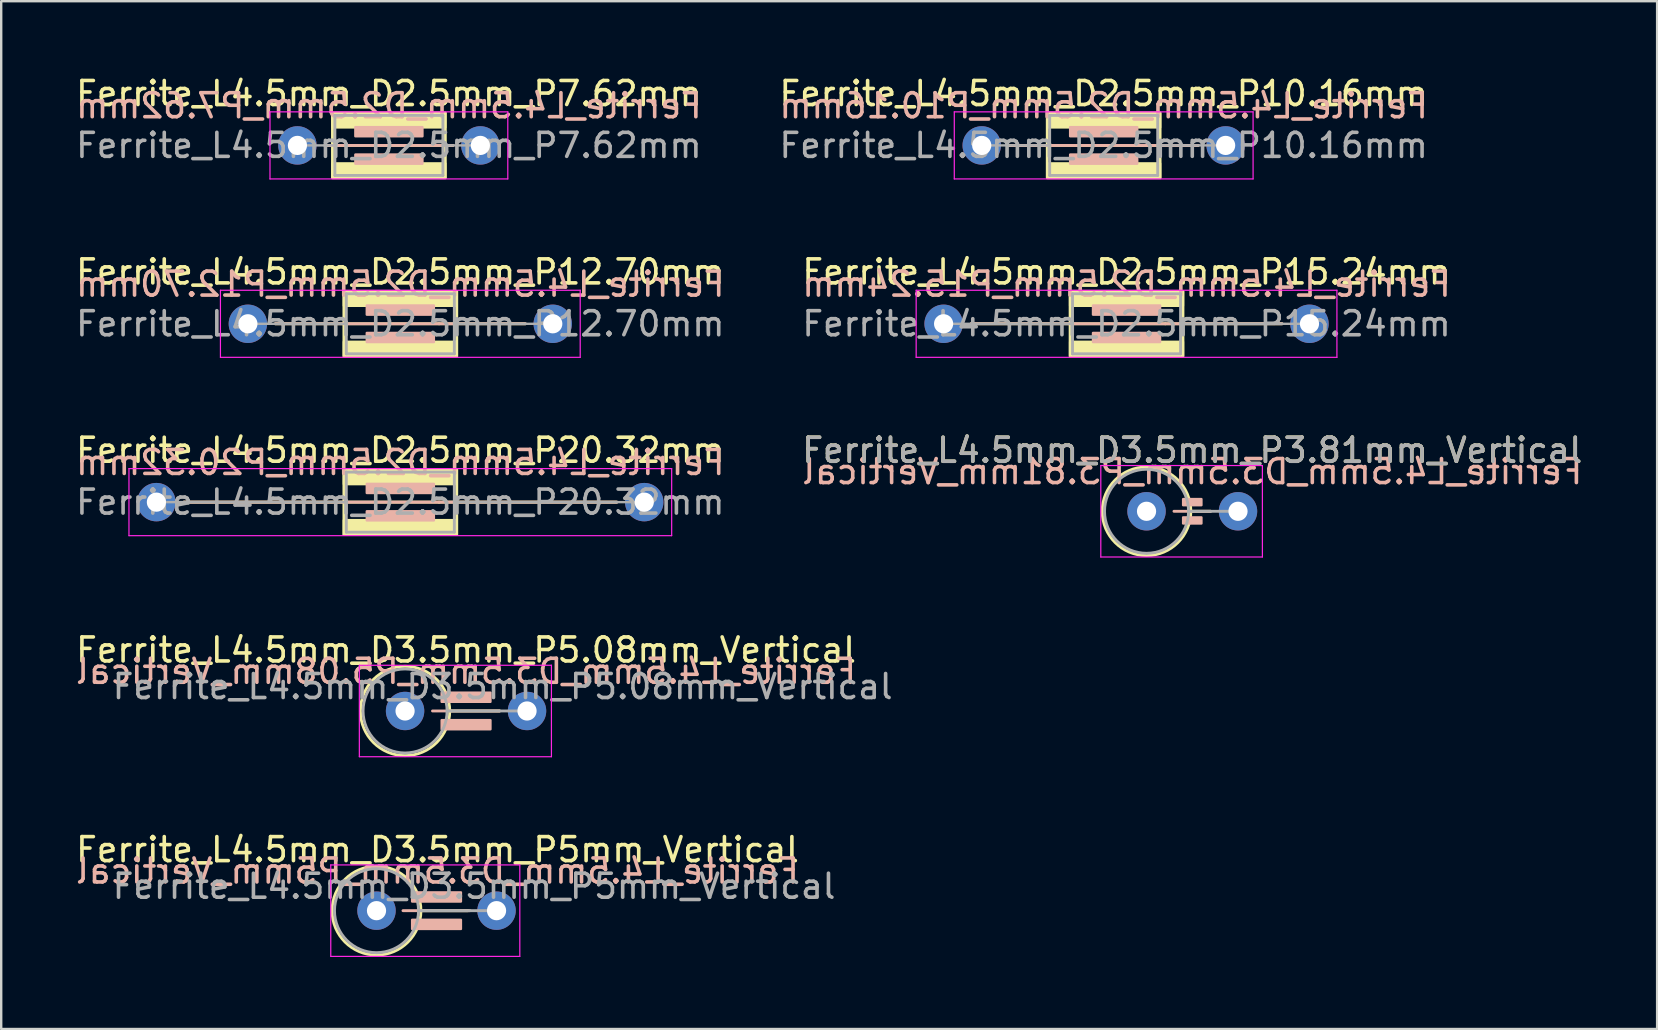
<source format=kicad_pcb>
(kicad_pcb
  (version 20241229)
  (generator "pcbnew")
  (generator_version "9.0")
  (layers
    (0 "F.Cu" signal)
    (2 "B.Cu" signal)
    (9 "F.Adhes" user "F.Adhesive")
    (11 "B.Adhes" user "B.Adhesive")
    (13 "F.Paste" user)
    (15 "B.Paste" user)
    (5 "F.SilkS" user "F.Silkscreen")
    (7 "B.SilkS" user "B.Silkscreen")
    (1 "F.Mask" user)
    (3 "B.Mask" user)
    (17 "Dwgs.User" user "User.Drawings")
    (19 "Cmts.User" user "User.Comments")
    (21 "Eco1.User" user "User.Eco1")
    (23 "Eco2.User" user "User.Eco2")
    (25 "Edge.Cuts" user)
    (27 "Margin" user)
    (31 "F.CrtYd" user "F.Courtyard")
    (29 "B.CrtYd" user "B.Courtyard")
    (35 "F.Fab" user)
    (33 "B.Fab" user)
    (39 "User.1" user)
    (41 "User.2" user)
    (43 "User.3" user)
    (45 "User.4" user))
  (footprint "Ferrite_L4.5mm_D2.5mm_P7.62mm"
    (layer "F.Cu")
    (at 9.339 3.007)
    (property "Reference" "Ferrite_L4.5mm_D2.5mm_P7.62mm" (at 3.81 -2.159 0) (layer "F.SilkS") (effects (font (size 1 1) (thickness 0.15))))
    (fp_line (start 5.424 0.000002) (end 1.143 0) (stroke (width 0.12) (type solid)) (layer "F.SilkS"))
    (fp_line (start 5.424 0.000002) (end 6.477 0) (stroke (width 0.12) (type solid)) (layer "F.SilkS"))
    (fp_rect (start 1.46 -1.35) (end 6.16 1.35) (stroke (width 0.12) (type solid)) (fill no) (layer "F.SilkS"))
    (fp_poly (pts (xy 6.16 -0.75) (xy 1.46 -0.75) (xy 1.46 -1.35) (xy 6.16 -1.35)) (stroke (width 0.1) (type solid)) (fill yes) (layer "F.SilkS"))
    (fp_poly (pts (xy 6.16 1.35) (xy 1.46 1.35) (xy 1.46 0.75) (xy 6.16 0.75)) (stroke (width 0.1) (type solid)) (fill yes) (layer "F.SilkS"))
    (fp_line (start 1.143 0) (end 6.477 0) (stroke (width 0.12) (type solid)) (layer "B.SilkS"))
    (fp_rect (start 2.413 -0.762) (end 5.207 -0.381) (stroke (width 0.1) (type solid)) (fill yes) (layer "B.SilkS"))
    (fp_rect (start 2.413 0.381) (end 5.207 0.762) (stroke (width 0.1) (type solid)) (fill yes) (layer "B.SilkS"))
    (fp_line (start -1.143 -1.397) (end 8.763 -1.397) (stroke (width 0.05) (type solid)) (layer "F.CrtYd"))
    (fp_line (start -1.143 1.397) (end -1.143 -1.397) (stroke (width 0.05) (type solid)) (layer "F.CrtYd"))
    (fp_line (start 8.763 -1.397) (end 8.763 1.397) (stroke (width 0.05) (type solid)) (layer "F.CrtYd"))
    (fp_line (start 8.763 1.397) (end -1.143 1.397) (stroke (width 0.05) (type solid)) (layer "F.CrtYd"))
    (fp_line (start 0 0) (end 1.56 0) (stroke (width 0.1) (type solid)) (layer "F.Fab"))
    (fp_line (start 1.56 -1.25) (end 1.56 0) (stroke (width 0.12) (type solid)) (layer "F.Fab"))
    (fp_line (start 1.56 0) (end 1.56 1.25) (stroke (width 0.12) (type solid)) (layer "F.Fab"))
    (fp_line (start 1.56 1.25) (end 6.06 1.25) (stroke (width 0.12) (type solid)) (layer "F.Fab"))
    (fp_line (start 6.06 -1.25) (end 1.56 -1.25) (stroke (width 0.12) (type solid)) (layer "F.Fab"))
    (fp_line (start 6.06 1.25) (end 6.06 -1.25) (stroke (width 0.12) (type solid)) (layer "F.Fab"))
    (fp_line (start 7.62 0) (end 6.06 0) (stroke (width 0.1) (type solid)) (layer "F.Fab"))
    (fp_text user "${REFERENCE}" (at 3.81 -1.651 0) (layer "B.SilkS") (effects (font (size 1 1) (thickness 0.15)) (justify mirror)))
    (fp_text user "${REFERENCE}" (at 3.81 0 0) (layer "F.Fab") (effects (font (size 1 1) (thickness 0.15))))
    (pad "1" thru_hole circle (at 0 0) (size 1.6 1.6) (drill 0.8) (layers "*.Cu" "*.Mask"))
    (pad "2" thru_hole circle (at 7.62 0) (size 1.6 1.6) (drill 0.8) (layers "*.Cu" "*.Mask")))
  (footprint "Ferrite_L4.5mm_D3.5mm_P5.08mm_Vertical"
    (layer "F.Cu")
    (at 13.823 26.565)
    (property "Reference" "Ferrite_L4.5mm_D3.5mm_P5.08mm_Vertical" (at 2.54 -2.54 0) (layer "F.SilkS") (effects (font (size 1 1) (thickness 0.15))))
    (fp_line (start 1.86 0) (end 3.937 0) (stroke (width 0.12) (type solid)) (layer "F.SilkS"))
    (fp_circle (center 0 0) (end -1.86 0) (stroke (width 0.12) (type solid)) (fill no) (layer "F.SilkS"))
    (fp_line (start 3.937 0) (end 1.143 0) (stroke (width 0.12) (type solid)) (layer "B.SilkS"))
    (fp_rect (start 1.524 -0.762) (end 3.556 -0.381) (stroke (width 0.1) (type solid)) (fill yes) (layer "B.SilkS"))
    (fp_rect (start 1.524 0.381) (end 3.556 0.762) (stroke (width 0.1) (type solid)) (fill yes) (layer "B.SilkS"))
    (fp_line (start -1.905 -1.905) (end 6.096 -1.905) (stroke (width 0.05) (type solid)) (layer "F.CrtYd"))
    (fp_line (start -1.905 1.905) (end -1.905 -1.905) (stroke (width 0.05) (type solid)) (layer "F.CrtYd"))
    (fp_line (start 6.096 -1.905) (end 6.096 1.905) (stroke (width 0.05) (type solid)) (layer "F.CrtYd"))
    (fp_line (start 6.096 1.905) (end -1.905 1.905) (stroke (width 0.05) (type solid)) (layer "F.CrtYd"))
    (fp_line (start 1.75 0) (end 5.08 0) (stroke (width 0.12) (type solid)) (layer "F.Fab"))
    (fp_circle (center 0 0) (end -1.75 0) (stroke (width 0.12) (type solid)) (fill no) (layer "F.Fab"))
    (fp_text user "${REFERENCE}" (at 2.54 -1.651 0) (layer "B.SilkS") (effects (font (size 1 1) (thickness 0.15)) (justify mirror)))
    (fp_text user "${REFERENCE}" (at 4.064 -1.016 0) (layer "F.Fab") (effects (font (size 1 1) (thickness 0.15))))
    (pad "1" thru_hole circle (at 0 0) (size 1.6 1.6) (drill 0.8) (layers "*.Cu" "*.Mask"))
    (pad "2" thru_hole circle (at 5.08 0) (size 1.6 1.6) (drill 0.8) (layers "*.Cu" "*.Mask")))
  (footprint "Ferrite_L4.5mm_D2.5mm_P12.70mm"
    (layer "F.Cu")
    (at 7.275 10.437)
    (property "Reference" "Ferrite_L4.5mm_D2.5mm_P12.70mm" (at 6.35 -2.159 0) (layer "F.SilkS") (effects (font (size 1 1) (thickness 0.15))))
    (fp_line (start 7.964 0.000002) (end 1.143 0) (stroke (width 0.12) (type solid)) (layer "F.SilkS"))
    (fp_line (start 7.964 0.000002) (end 11.557 0) (stroke (width 0.12) (type solid)) (layer "F.SilkS"))
    (fp_rect (start 4 -1.35) (end 8.7 1.35) (stroke (width 0.12) (type solid)) (fill no) (layer "F.SilkS"))
    (fp_poly (pts (xy 8.7 -0.75) (xy 4 -0.75) (xy 4 -1.35) (xy 8.7 -1.35)) (stroke (width 0.1) (type solid)) (fill yes) (layer "F.SilkS"))
    (fp_poly (pts (xy 8.7 1.35) (xy 4 1.35) (xy 4 0.75) (xy 8.7 0.75)) (stroke (width 0.1) (type solid)) (fill yes) (layer "F.SilkS"))
    (fp_line (start 1.143 0) (end 11.557 0) (stroke (width 0.12) (type solid)) (layer "B.SilkS"))
    (fp_rect (start 4.953 -0.762) (end 7.747 -0.381) (stroke (width 0.1) (type solid)) (fill yes) (layer "B.SilkS"))
    (fp_rect (start 4.953 0.381) (end 7.747 0.762) (stroke (width 0.1) (type solid)) (fill yes) (layer "B.SilkS"))
    (fp_line (start -1.143 -1.397) (end 13.843 -1.397) (stroke (width 0.05) (type solid)) (layer "F.CrtYd"))
    (fp_line (start -1.143 1.397) (end -1.143 -1.397) (stroke (width 0.05) (type solid)) (layer "F.CrtYd"))
    (fp_line (start 13.843 -1.397) (end 13.843 1.397) (stroke (width 0.05) (type solid)) (layer "F.CrtYd"))
    (fp_line (start 13.843 1.397) (end -1.143 1.397) (stroke (width 0.05) (type solid)) (layer "F.CrtYd"))
    (fp_line (start 4.1 -1.25) (end 4.1 0) (stroke (width 0.12) (type solid)) (layer "F.Fab"))
    (fp_line (start 4.1 0) (end 0 0) (stroke (width 0.1) (type solid)) (layer "F.Fab"))
    (fp_line (start 4.1 0) (end 4.1 1.25) (stroke (width 0.12) (type solid)) (layer "F.Fab"))
    (fp_line (start 4.1 1.25) (end 8.6 1.25) (stroke (width 0.12) (type solid)) (layer "F.Fab"))
    (fp_line (start 8.6 -1.25) (end 4.1 -1.25) (stroke (width 0.12) (type solid)) (layer "F.Fab"))
    (fp_line (start 8.6 1.25) (end 8.6 -1.25) (stroke (width 0.12) (type solid)) (layer "F.Fab"))
    (fp_line (start 12.7 0) (end 8.6 0) (stroke (width 0.1) (type solid)) (layer "F.Fab"))
    (fp_text user "${REFERENCE}" (at 6.35 -1.651 0) (layer "B.SilkS") (effects (font (size 1 1) (thickness 0.15)) (justify mirror)))
    (fp_text user "${REFERENCE}" (at 6.35 0 0) (layer "F.Fab") (effects (font (size 1 1) (thickness 0.15))))
    (pad "1" thru_hole circle (at 0 0) (size 1.6 1.6) (drill 0.8) (layers "*.Cu" "*.Mask"))
    (pad "2" thru_hole circle (at 12.7 0) (size 1.6 1.6) (drill 0.8) (layers "*.Cu" "*.Mask")))
  (footprint "Ferrite_L4.5mm_D2.5mm_P10.16mm"
    (layer "F.Cu")
    (at 37.843 3.007)
    (property "Reference" "Ferrite_L4.5mm_D2.5mm_P10.16mm" (at 5.08 -2.159 0) (layer "F.SilkS") (effects (font (size 1 1) (thickness 0.15))))
    (fp_line (start 6.694 0.000002) (end 1.143 0) (stroke (width 0.12) (type solid)) (layer "F.SilkS"))
    (fp_line (start 6.694 0.000002) (end 9.017 0) (stroke (width 0.12) (type solid)) (layer "F.SilkS"))
    (fp_rect (start 2.73 -1.35) (end 7.43 1.35) (stroke (width 0.12) (type solid)) (fill no) (layer "F.SilkS"))
    (fp_poly (pts (xy 7.43 -0.75) (xy 2.73 -0.75) (xy 2.73 -1.35) (xy 7.43 -1.35)) (stroke (width 0.1) (type solid)) (fill yes) (layer "F.SilkS"))
    (fp_poly (pts (xy 7.43 1.35) (xy 2.73 1.35) (xy 2.73 0.75) (xy 7.43 0.75)) (stroke (width 0.1) (type solid)) (fill yes) (layer "F.SilkS"))
    (fp_line (start 1.143 0) (end 9.017 0) (stroke (width 0.12) (type solid)) (layer "B.SilkS"))
    (fp_rect (start 3.683 -0.762) (end 6.477 -0.381) (stroke (width 0.1) (type solid)) (fill yes) (layer "B.SilkS"))
    (fp_rect (start 3.683 0.381) (end 6.477 0.762) (stroke (width 0.1) (type solid)) (fill yes) (layer "B.SilkS"))
    (fp_line (start -1.143 -1.397) (end 11.303 -1.397) (stroke (width 0.05) (type solid)) (layer "F.CrtYd"))
    (fp_line (start -1.143 1.397) (end -1.143 -1.397) (stroke (width 0.05) (type solid)) (layer "F.CrtYd"))
    (fp_line (start 11.303 -1.397) (end 11.303 1.397) (stroke (width 0.05) (type solid)) (layer "F.CrtYd"))
    (fp_line (start 11.303 1.397) (end -1.143 1.397) (stroke (width 0.05) (type solid)) (layer "F.CrtYd"))
    (fp_line (start 2.83 -1.25) (end 2.83 0) (stroke (width 0.12) (type solid)) (layer "F.Fab"))
    (fp_line (start 2.83 0) (end 0 0) (stroke (width 0.1) (type solid)) (layer "F.Fab"))
    (fp_line (start 2.83 0) (end 2.83 1.25) (stroke (width 0.12) (type solid)) (layer "F.Fab"))
    (fp_line (start 2.83 1.25) (end 7.33 1.25) (stroke (width 0.12) (type solid)) (layer "F.Fab"))
    (fp_line (start 7.33 -1.25) (end 2.83 -1.25) (stroke (width 0.12) (type solid)) (layer "F.Fab"))
    (fp_line (start 7.33 1.25) (end 7.33 -1.25) (stroke (width 0.12) (type solid)) (layer "F.Fab"))
    (fp_line (start 10.16 0) (end 7.33 0) (stroke (width 0.1) (type solid)) (layer "F.Fab"))
    (fp_text user "${REFERENCE}" (at 5.08 -1.651 0) (layer "B.SilkS") (effects (font (size 1 1) (thickness 0.15)) (justify mirror)))
    (fp_text user "${REFERENCE}" (at 5.08 0 0) (layer "F.Fab") (effects (font (size 1 1) (thickness 0.15))))
    (pad "1" thru_hole circle (at 0 0) (size 1.6 1.6) (drill 0.8) (layers "*.Cu" "*.Mask"))
    (pad "2" thru_hole circle (at 10.16 0) (size 1.6 1.6) (drill 0.8) (layers "*.Cu" "*.Mask")))
  (footprint "Ferrite_L4.5mm_D2.5mm_P20.32mm"
    (layer "F.Cu")
    (at 3.465 17.866)
    (property "Reference" "Ferrite_L4.5mm_D2.5mm_P20.32mm" (at 10.16 -2.159 0) (layer "F.SilkS") (effects (font (size 1 1) (thickness 0.15))))
    (fp_line (start 11.774 0.000002) (end 1.143 0) (stroke (width 0.12) (type solid)) (layer "F.SilkS"))
    (fp_line (start 11.774 0.000002) (end 19.177 0) (stroke (width 0.12) (type solid)) (layer "F.SilkS"))
    (fp_rect (start 7.81 -1.35) (end 12.51 1.35) (stroke (width 0.12) (type solid)) (fill no) (layer "F.SilkS"))
    (fp_poly (pts (xy 12.51 -0.75) (xy 7.81 -0.75) (xy 7.81 -1.35) (xy 12.51 -1.35)) (stroke (width 0.1) (type solid)) (fill yes) (layer "F.SilkS"))
    (fp_poly (pts (xy 12.51 1.35) (xy 7.81 1.35) (xy 7.81 0.75) (xy 12.51 0.75)) (stroke (width 0.1) (type solid)) (fill yes) (layer "F.SilkS"))
    (fp_line (start 1.143 0) (end 19.177 0) (stroke (width 0.12) (type solid)) (layer "B.SilkS"))
    (fp_rect (start 8.763 -0.762) (end 11.557 -0.381) (stroke (width 0.1) (type solid)) (fill yes) (layer "B.SilkS"))
    (fp_rect (start 8.763 0.381) (end 11.557 0.762) (stroke (width 0.1) (type solid)) (fill yes) (layer "B.SilkS"))
    (fp_line (start -1.143 -1.397) (end 21.463 -1.397) (stroke (width 0.05) (type solid)) (layer "F.CrtYd"))
    (fp_line (start -1.143 1.397) (end -1.143 -1.397) (stroke (width 0.05) (type solid)) (layer "F.CrtYd"))
    (fp_line (start 21.463 -1.397) (end 21.463 1.397) (stroke (width 0.05) (type solid)) (layer "F.CrtYd"))
    (fp_line (start 21.463 1.397) (end -1.143 1.397) (stroke (width 0.05) (type solid)) (layer "F.CrtYd"))
    (fp_line (start 0 0) (end 7.91 0) (stroke (width 0.1) (type solid)) (layer "F.Fab"))
    (fp_line (start 7.91 -1.25) (end 7.91 0) (stroke (width 0.12) (type solid)) (layer "F.Fab"))
    (fp_line (start 7.91 0) (end 7.91 1.25) (stroke (width 0.12) (type solid)) (layer "F.Fab"))
    (fp_line (start 7.91 1.25) (end 12.41 1.25) (stroke (width 0.12) (type solid)) (layer "F.Fab"))
    (fp_line (start 12.41 -1.25) (end 7.91 -1.25) (stroke (width 0.12) (type solid)) (layer "F.Fab"))
    (fp_line (start 12.41 1.25) (end 12.41 -1.25) (stroke (width 0.12) (type solid)) (layer "F.Fab"))
    (fp_line (start 20.32 0) (end 12.41 0) (stroke (width 0.1) (type solid)) (layer "F.Fab"))
    (fp_text user "${REFERENCE}" (at 10.16 -1.651 0) (layer "B.SilkS") (effects (font (size 1 1) (thickness 0.15)) (justify mirror)))
    (fp_text user "${REFERENCE}" (at 10.16 0 0) (layer "F.Fab") (effects (font (size 1 1) (thickness 0.15))))
    (pad "1" thru_hole circle (at 0 0) (size 1.6 1.6) (drill 0.8) (layers "*.Cu" "*.Mask"))
    (pad "2" thru_hole circle (at 20.32 0) (size 1.6 1.6) (drill 0.8) (layers "*.Cu" "*.Mask")))
  (footprint "Ferrite_L4.5mm_D3.5mm_P5mm_Vertical"
    (layer "F.Cu")
    (at 12.633 34.883)
    (property "Reference" "Ferrite_L4.5mm_D3.5mm_P5mm_Vertical" (at 2.54 -2.54 0) (layer "F.SilkS") (effects (font (size 1 1) (thickness 0.15))))
    (fp_line (start 1.85 0) (end 3.81 0) (stroke (width 0.12) (type solid)) (layer "F.SilkS"))
    (fp_circle (center 0 0) (end -1.85 0) (stroke (width 0.12) (type solid)) (fill no) (layer "F.SilkS"))
    (fp_line (start 3.897 0) (end 1.103 0) (stroke (width 0.12) (type solid)) (layer "B.SilkS"))
    (fp_rect (start 1.484 -0.762) (end 3.516 -0.381) (stroke (width 0.1) (type solid)) (fill yes) (layer "B.SilkS"))
    (fp_rect (start 1.484 0.381) (end 3.516 0.762) (stroke (width 0.1) (type solid)) (fill yes) (layer "B.SilkS"))
    (fp_line (start -1.905 -1.905) (end 5.969 -1.905) (stroke (width 0.05) (type solid)) (layer "F.CrtYd"))
    (fp_line (start -1.905 1.905) (end -1.905 -1.905) (stroke (width 0.05) (type solid)) (layer "F.CrtYd"))
    (fp_line (start 5.969 -1.905) (end 5.969 1.905) (stroke (width 0.05) (type solid)) (layer "F.CrtYd"))
    (fp_line (start 5.969 1.905) (end -1.905 1.905) (stroke (width 0.05) (type solid)) (layer "F.CrtYd"))
    (fp_line (start 1.75 0) (end 5 0) (stroke (width 0.12) (type solid)) (layer "F.Fab"))
    (fp_circle (center 0 0) (end -1.75 0) (stroke (width 0.12) (type solid)) (fill no) (layer "F.Fab"))
    (fp_text user "${REFERENCE}" (at 2.54 -1.651 0) (layer "B.SilkS") (effects (font (size 1 1) (thickness 0.15)) (justify mirror)))
    (fp_text user "${REFERENCE}" (at 4.064 -1.016 0) (layer "F.Fab") (effects (font (size 1 1) (thickness 0.15))))
    (pad "1" thru_hole circle (at 0 0) (size 1.6 1.6) (drill 0.8) (layers "*.Cu" "*.Mask"))
    (pad "2" thru_hole circle (at 5 0) (size 1.6 1.6) (drill 0.8) (layers "*.Cu" "*.Mask")))
  (footprint "Ferrite_L4.5mm_D3.5mm_P3.81mm_Vertical"
    (layer "F.Cu")
    (at 44.708 18.247)
    (property "Reference" "Ferrite_L4.5mm_D3.5mm_P3.81mm_Vertical" (at 1.905 -2.54 0) (layer "F.SilkS") (effects (font (size 1 1) (thickness 0.15))))
    (fp_line (start 1.845 0) (end 2.667 0) (stroke (width 0.12) (type solid)) (layer "F.SilkS"))
    (fp_circle (center 0 0) (end -1.845 0) (stroke (width 0.12) (type solid)) (fill no) (layer "F.SilkS"))
    (fp_line (start 2.667 0) (end 1.143 0) (stroke (width 0.12) (type solid)) (layer "B.SilkS"))
    (fp_rect (start 1.524 -0.508) (end 2.286 -0.254) (stroke (width 0.1) (type solid)) (fill yes) (layer "B.SilkS"))
    (fp_rect (start 1.524 0.254) (end 2.286 0.508) (stroke (width 0.1) (type solid)) (fill yes) (layer "B.SilkS"))
    (fp_line (start -1.905 -1.905) (end 4.826 -1.905) (stroke (width 0.05) (type solid)) (layer "F.CrtYd"))
    (fp_line (start -1.905 1.905) (end -1.905 -1.905) (stroke (width 0.05) (type solid)) (layer "F.CrtYd"))
    (fp_line (start 4.826 -1.905) (end 4.826 1.905) (stroke (width 0.05) (type solid)) (layer "F.CrtYd"))
    (fp_line (start 4.826 1.905) (end -1.905 1.905) (stroke (width 0.05) (type solid)) (layer "F.CrtYd"))
    (fp_line (start 1.75 0) (end 3.81 0) (stroke (width 0.12) (type solid)) (layer "F.Fab"))
    (fp_circle (center 0 0) (end -1.75 0) (stroke (width 0.12) (type solid)) (fill no) (layer "F.Fab"))
    (fp_text user "${REFERENCE}" (at 1.905 -1.651 0) (layer "B.SilkS") (effects (font (size 1 1) (thickness 0.15)) (justify mirror)))
    (fp_text user "${REFERENCE}" (at 1.905 -2.539 0) (layer "F.Fab") (effects (font (size 1 1) (thickness 0.15))))
    (pad "1" thru_hole circle (at 0 0) (size 1.6 1.6) (drill 0.8) (layers "*.Cu" "*.Mask"))
    (pad "2" thru_hole circle (at 3.81 0) (size 1.6 1.6) (drill 0.8) (layers "*.Cu" "*.Mask")))
  (footprint "Ferrite_L4.5mm_D2.5mm_P15.24mm"
    (layer "F.Cu")
    (at 36.255 10.437)
    (property "Reference" "Ferrite_L4.5mm_D2.5mm_P15.24mm" (at 7.62 -2.159 0) (layer "F.SilkS") (effects (font (size 1 1) (thickness 0.15))))
    (fp_line (start 9.234 0.000002) (end 1.143 0) (stroke (width 0.12) (type solid)) (layer "F.SilkS"))
    (fp_line (start 9.234 0.000002) (end 14.097 0) (stroke (width 0.12) (type solid)) (layer "F.SilkS"))
    (fp_rect (start 5.27 -1.35) (end 9.97 1.35) (stroke (width 0.12) (type solid)) (fill no) (layer "F.SilkS"))
    (fp_poly (pts (xy 9.97 -0.75) (xy 5.27 -0.75) (xy 5.27 -1.35) (xy 9.97 -1.35)) (stroke (width 0.1) (type solid)) (fill yes) (layer "F.SilkS"))
    (fp_poly (pts (xy 9.97 1.35) (xy 5.27 1.35) (xy 5.27 0.75) (xy 9.97 0.75)) (stroke (width 0.1) (type solid)) (fill yes) (layer "F.SilkS"))
    (fp_line (start 1.143 0) (end 14.097 0) (stroke (width 0.12) (type solid)) (layer "B.SilkS"))
    (fp_rect (start 6.223 -0.762) (end 9.017 -0.381) (stroke (width 0.1) (type solid)) (fill yes) (layer "B.SilkS"))
    (fp_rect (start 6.223 0.381) (end 9.017 0.762) (stroke (width 0.1) (type solid)) (fill yes) (layer "B.SilkS"))
    (fp_line (start -1.143 -1.397) (end 16.383 -1.397) (stroke (width 0.05) (type solid)) (layer "F.CrtYd"))
    (fp_line (start -1.143 1.397) (end -1.143 -1.397) (stroke (width 0.05) (type solid)) (layer "F.CrtYd"))
    (fp_line (start 16.383 -1.397) (end 16.383 1.397) (stroke (width 0.05) (type solid)) (layer "F.CrtYd"))
    (fp_line (start 16.383 1.397) (end -1.143 1.397) (stroke (width 0.05) (type solid)) (layer "F.CrtYd"))
    (fp_line (start 0 0) (end 5.37 0) (stroke (width 0.1) (type solid)) (layer "F.Fab"))
    (fp_line (start 5.37 -1.25) (end 5.37 0) (stroke (width 0.12) (type solid)) (layer "F.Fab"))
    (fp_line (start 5.37 0) (end 5.37 1.25) (stroke (width 0.12) (type solid)) (layer "F.Fab"))
    (fp_line (start 5.37 1.25) (end 9.87 1.25) (stroke (width 0.12) (type solid)) (layer "F.Fab"))
    (fp_line (start 9.87 -1.25) (end 5.37 -1.25) (stroke (width 0.12) (type solid)) (layer "F.Fab"))
    (fp_line (start 9.87 1.25) (end 9.87 -1.25) (stroke (width 0.12) (type solid)) (layer "F.Fab"))
    (fp_line (start 15.24 0) (end 9.87 0) (stroke (width 0.1) (type solid)) (layer "F.Fab"))
    (fp_text user "${REFERENCE}" (at 7.62 -1.651 0) (layer "B.SilkS") (effects (font (size 1 1) (thickness 0.15)) (justify mirror)))
    (fp_text user "${REFERENCE}" (at 7.62 0 0) (layer "F.Fab") (effects (font (size 1 1) (thickness 0.15))))
    (pad "1" thru_hole circle (at 0 0) (size 1.6 1.6) (drill 0.8) (layers "*.Cu" "*.Mask"))
    (pad "2" thru_hole circle (at 15.24 0) (size 1.6 1.6) (drill 0.8) (layers "*.Cu" "*.Mask")))
  (gr_rect
    (start -3 -3)
    (end 65.976 39.813)
    (stroke (width 0.1) (type default))
    (fill no)
    (layer "Edge.Cuts")))
</source>
